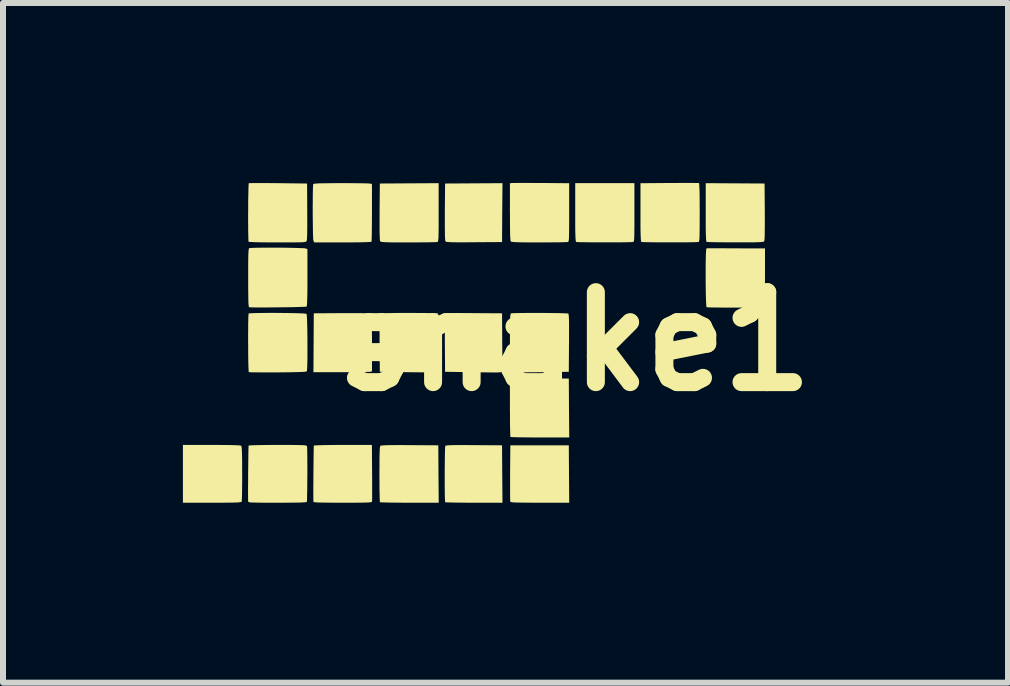
<source format=kicad_pcb>
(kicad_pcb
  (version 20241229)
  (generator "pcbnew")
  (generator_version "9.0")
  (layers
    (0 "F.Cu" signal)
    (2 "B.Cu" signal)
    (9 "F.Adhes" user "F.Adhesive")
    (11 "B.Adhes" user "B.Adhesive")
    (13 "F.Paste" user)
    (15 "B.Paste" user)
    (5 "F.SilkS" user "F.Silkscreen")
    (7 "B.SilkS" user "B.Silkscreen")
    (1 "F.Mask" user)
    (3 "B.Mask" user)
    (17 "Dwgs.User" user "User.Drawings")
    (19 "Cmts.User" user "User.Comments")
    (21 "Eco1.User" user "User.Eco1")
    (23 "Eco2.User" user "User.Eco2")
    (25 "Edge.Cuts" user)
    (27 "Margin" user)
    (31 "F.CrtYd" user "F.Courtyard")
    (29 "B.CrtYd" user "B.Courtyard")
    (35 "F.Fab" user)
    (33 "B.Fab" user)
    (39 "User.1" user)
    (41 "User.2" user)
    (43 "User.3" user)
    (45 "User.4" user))
  (footprint "snake1"
    (layer "F.Cu")
    (at 6.528 2.643)
    (property "Reference" "snake1" (at 0 0 0) (layer "F.SilkS") (effects (font (size 1.5 1.5) (thickness 0.3))))
    (attr board_only exclude_from_pos_files exclude_from_bom)
    (fp_poly (pts (xy -1.204 -2.148) (xy -1.207 -1.657) (xy -1.671 -1.654) (xy -1.795 -1.653) (xy -1.895 -1.653) (xy -1.976 -1.653) (xy -2.038 -1.654) (xy -2.083 -1.656) (xy -2.115 -1.658) (xy -2.136 -1.661) (xy -2.147 -1.666) (xy -2.15 -1.668) (xy -2.154 -1.681) (xy -2.157 -1.711) (xy -2.159 -1.758) (xy -2.16 -1.826) (xy -2.161 -1.913) (xy -2.161 -2.024) (xy -2.161 -2.157) (xy -2.161 -2.159) (xy -2.157 -2.633) (xy -1.679 -2.636) (xy -1.2 -2.639)) (stroke (width 0) (type solid)) (fill yes) (layer "F.SilkS"))
    (fp_poly (pts (xy -0.091 2.21) (xy -0.087 2.689) (xy -0.576 2.689) (xy -0.705 2.689) (xy -0.811 2.688) (xy -0.896 2.687) (xy -0.962 2.686) (xy -1.01 2.684) (xy -1.043 2.681) (xy -1.062 2.677) (xy -1.07 2.673) (xy -1.07 2.673) (xy -1.071 2.657) (xy -1.072 2.62) (xy -1.073 2.563) (xy -1.073 2.489) (xy -1.073 2.402) (xy -1.073 2.305) (xy -1.073 2.199) (xy -1.073 2.195) (xy -1.069 1.732) (xy -0.582 1.732) (xy -0.094 1.732)) (stroke (width 0) (type solid)) (fill yes) (layer "F.SilkS"))
    (fp_poly (pts (xy -0.665 0.615) (xy -0.559 0.616) (xy -0.557 0.616) (xy -0.094 0.619) (xy -0.091 1.11) (xy -0.087 1.601) (xy -0.573 1.601) (xy -0.681 1.601) (xy -0.781 1.6) (xy -0.87 1.599) (xy -0.946 1.598) (xy -1.006 1.596) (xy -1.047 1.595) (xy -1.066 1.593) (xy -1.067 1.592) (xy -1.069 1.578) (xy -1.071 1.542) (xy -1.072 1.487) (xy -1.074 1.414) (xy -1.075 1.328) (xy -1.075 1.23) (xy -1.076 1.124) (xy -1.076 1.105) (xy -1.076 0.626) (xy -1.047 0.619) (xy -1.029 0.617) (xy -0.988 0.616) (xy -0.928 0.615) (xy -0.853 0.615) (xy -0.764 0.615)) (stroke (width 0) (type solid)) (fill yes) (layer "F.SilkS"))
    (fp_poly (pts (xy -1.793 1.728) (xy -1.675 1.729) (xy -1.207 1.732) (xy -1.204 2.21) (xy -1.2 2.689) (xy -1.674 2.689) (xy -1.78 2.689) (xy -1.879 2.688) (xy -1.966 2.687) (xy -2.041 2.686) (xy -2.099 2.684) (xy -2.138 2.683) (xy -2.155 2.681) (xy -2.155 2.68) (xy -2.157 2.666) (xy -2.159 2.63) (xy -2.161 2.576) (xy -2.162 2.507) (xy -2.163 2.426) (xy -2.163 2.338) (xy -2.163 2.245) (xy -2.163 2.151) (xy -2.162 2.058) (xy -2.161 1.972) (xy -2.16 1.894) (xy -2.159 1.829) (xy -2.157 1.78) (xy -2.155 1.749) (xy -2.153 1.741) (xy -2.145 1.737) (xy -2.126 1.734) (xy -2.094 1.731) (xy -2.047 1.729) (xy -1.982 1.728) (xy -1.898 1.728)) (stroke (width 0) (type solid)) (fill yes) (layer "F.SilkS"))
    (fp_poly (pts (xy -2.869 1.728) (xy -2.744 1.729) (xy -2.27 1.732) (xy -2.267 2.21) (xy -2.263 2.689) (xy -2.749 2.689) (xy -2.857 2.689) (xy -2.957 2.688) (xy -3.046 2.687) (xy -3.122 2.686) (xy -3.182 2.684) (xy -3.223 2.683) (xy -3.242 2.681) (xy -3.243 2.68) (xy -3.245 2.666) (xy -3.247 2.63) (xy -3.248 2.575) (xy -3.25 2.503) (xy -3.251 2.417) (xy -3.251 2.32) (xy -3.252 2.216) (xy -3.252 2.213) (xy -3.251 2.09) (xy -3.251 1.989) (xy -3.25 1.909) (xy -3.248 1.848) (xy -3.246 1.802) (xy -3.244 1.771) (xy -3.24 1.751) (xy -3.236 1.741) (xy -3.235 1.74) (xy -3.221 1.736) (xy -3.19 1.733) (xy -3.141 1.73) (xy -3.072 1.729) (xy -2.982 1.728)) (stroke (width 0) (type solid)) (fill yes) (layer "F.SilkS"))
    (fp_poly (pts (xy -5.917 1.726) (xy -5.809 1.727) (xy -5.722 1.728) (xy -5.655 1.73) (xy -5.607 1.732) (xy -5.575 1.735) (xy -5.558 1.739) (xy -5.555 1.741) (xy -5.551 1.752) (xy -5.548 1.778) (xy -5.545 1.821) (xy -5.543 1.881) (xy -5.541 1.961) (xy -5.541 2.062) (xy -5.54 2.187) (xy -5.54 2.203) (xy -5.54 2.306) (xy -5.541 2.403) (xy -5.542 2.489) (xy -5.543 2.562) (xy -5.545 2.618) (xy -5.546 2.655) (xy -5.548 2.669) (xy -5.552 2.674) (xy -5.562 2.678) (xy -5.579 2.681) (xy -5.607 2.684) (xy -5.646 2.686) (xy -5.701 2.687) (xy -5.773 2.688) (xy -5.864 2.689) (xy -5.976 2.689) (xy -6.042 2.689) (xy -6.528 2.689) (xy -6.528 2.207) (xy -6.528 1.726) (xy -6.049 1.726)) (stroke (width 0) (type solid)) (fill yes) (layer "F.SilkS"))
    (fp_poly (pts (xy -3.672 -0.472) (xy -3.584 -0.472) (xy -3.509 -0.471) (xy -3.45 -0.469) (xy -3.41 -0.467) (xy -3.393 -0.465) (xy -3.392 -0.465) (xy -3.388 -0.457) (xy -3.385 -0.436) (xy -3.382 -0.402) (xy -3.38 -0.351) (xy -3.378 -0.283) (xy -3.377 -0.195) (xy -3.376 -0.085) (xy -3.376 0.013) (xy -3.376 0.119) (xy -3.376 0.218) (xy -3.376 0.306) (xy -3.376 0.381) (xy -3.376 0.44) (xy -3.376 0.479) (xy -3.376 0.497) (xy -3.376 0.497) (xy -3.381 0.501) (xy -3.398 0.505) (xy -3.428 0.507) (xy -3.474 0.509) (xy -3.537 0.511) (xy -3.618 0.512) (xy -3.721 0.513) (xy -3.847 0.513) (xy -3.865 0.513) (xy -4.352 0.513) (xy -4.349 0.022) (xy -4.346 -0.469) (xy -3.877 -0.472) (xy -3.771 -0.472)) (stroke (width 0) (type solid)) (fill yes) (layer "F.SilkS"))
    (fp_poly (pts (xy 2.679 -2.636) (xy 3.17 -2.633) (xy 3.174 -2.159) (xy 3.174 -2.024) (xy 3.174 -1.913) (xy 3.173 -1.825) (xy 3.172 -1.757) (xy 3.17 -1.709) (xy 3.166 -1.68) (xy 3.163 -1.668) (xy 3.155 -1.663) (xy 3.138 -1.66) (xy 3.11 -1.657) (xy 3.069 -1.655) (xy 3.013 -1.653) (xy 2.939 -1.652) (xy 2.845 -1.652) (xy 2.729 -1.652) (xy 2.684 -1.652) (xy 2.578 -1.652) (xy 2.48 -1.653) (xy 2.393 -1.654) (xy 2.318 -1.655) (xy 2.26 -1.656) (xy 2.221 -1.658) (xy 2.204 -1.659) (xy 2.204 -1.659) (xy 2.2 -1.666) (xy 2.197 -1.685) (xy 2.194 -1.718) (xy 2.192 -1.766) (xy 2.19 -1.831) (xy 2.189 -1.916) (xy 2.189 -2.022) (xy 2.189 -2.151) (xy 2.189 -2.152) (xy 2.189 -2.639)) (stroke (width 0) (type solid)) (fill yes) (layer "F.SilkS"))
    (fp_poly (pts (xy -2.264 -2.153) (xy -2.264 -2.028) (xy -2.264 -1.927) (xy -2.265 -1.846) (xy -2.266 -1.783) (xy -2.267 -1.736) (xy -2.27 -1.702) (xy -2.272 -1.68) (xy -2.276 -1.667) (xy -2.281 -1.66) (xy -2.283 -1.658) (xy -2.3 -1.657) (xy -2.339 -1.655) (xy -2.397 -1.654) (xy -2.471 -1.652) (xy -2.558 -1.652) (xy -2.656 -1.651) (xy -2.762 -1.651) (xy -2.763 -1.651) (xy -2.887 -1.651) (xy -2.988 -1.651) (xy -3.068 -1.652) (xy -3.129 -1.654) (xy -3.175 -1.656) (xy -3.206 -1.659) (xy -3.226 -1.662) (xy -3.236 -1.667) (xy -3.238 -1.668) (xy -3.242 -1.681) (xy -3.245 -1.712) (xy -3.247 -1.761) (xy -3.249 -1.83) (xy -3.249 -1.92) (xy -3.249 -2.033) (xy -3.249 -2.159) (xy -3.245 -2.633) (xy -2.754 -2.636) (xy -2.264 -2.639)) (stroke (width 0) (type solid)) (fill yes) (layer "F.SilkS"))
    (fp_poly (pts (xy 1 -2.152) (xy 1 -2.028) (xy 1 -1.927) (xy 0.999 -1.846) (xy 0.998 -1.783) (xy 0.997 -1.736) (xy 0.995 -1.702) (xy 0.992 -1.68) (xy 0.988 -1.667) (xy 0.983 -1.66) (xy 0.981 -1.658) (xy 0.964 -1.657) (xy 0.926 -1.655) (xy 0.869 -1.654) (xy 0.798 -1.653) (xy 0.716 -1.652) (xy 0.625 -1.652) (xy 0.531 -1.652) (xy 0.435 -1.652) (xy 0.342 -1.652) (xy 0.255 -1.653) (xy 0.177 -1.654) (xy 0.112 -1.655) (xy 0.064 -1.656) (xy 0.035 -1.658) (xy 0.028 -1.659) (xy 0.024 -1.666) (xy 0.021 -1.685) (xy 0.018 -1.718) (xy 0.016 -1.766) (xy 0.014 -1.831) (xy 0.013 -1.916) (xy 0.013 -2.022) (xy 0.013 -2.151) (xy 0.013 -2.152) (xy 0.013 -2.639) (xy 0.506 -2.639) (xy 1 -2.639)) (stroke (width 0) (type solid)) (fill yes) (layer "F.SilkS"))
    (fp_poly (pts (xy -1.73 -0.473) (xy -1.671 -0.472) (xy -1.207 -0.469) (xy -1.204 0.022) (xy -1.203 0.146) (xy -1.202 0.246) (xy -1.202 0.327) (xy -1.203 0.389) (xy -1.204 0.436) (xy -1.205 0.469) (xy -1.208 0.491) (xy -1.211 0.504) (xy -1.215 0.51) (xy -1.221 0.513) (xy -1.224 0.513) (xy -1.254 0.514) (xy -1.265 0.516) (xy -1.281 0.517) (xy -1.319 0.517) (xy -1.376 0.517) (xy -1.45 0.516) (xy -1.536 0.515) (xy -1.632 0.514) (xy -1.72 0.513) (xy -2.157 0.506) (xy -2.161 0.033) (xy -2.161 -0.101) (xy -2.161 -0.212) (xy -2.16 -0.3) (xy -2.159 -0.367) (xy -2.157 -0.415) (xy -2.154 -0.445) (xy -2.15 -0.458) (xy -2.15 -0.458) (xy -2.142 -0.463) (xy -2.126 -0.466) (xy -2.099 -0.469) (xy -2.06 -0.471) (xy -2.006 -0.473) (xy -1.934 -0.473) (xy -1.843 -0.473)) (stroke (width 0) (type solid)) (fill yes) (layer "F.SilkS"))
    (fp_poly (pts (xy -0.764 -2.643) (xy -0.665 -2.642) (xy -0.558 -2.642) (xy -0.553 -2.642) (xy -0.088 -2.638) (xy -0.088 -2.152) (xy -0.088 -2.028) (xy -0.088 -1.927) (xy -0.089 -1.845) (xy -0.09 -1.783) (xy -0.091 -1.736) (xy -0.093 -1.702) (xy -0.096 -1.68) (xy -0.1 -1.667) (xy -0.105 -1.66) (xy -0.107 -1.658) (xy -0.124 -1.657) (xy -0.163 -1.655) (xy -0.221 -1.654) (xy -0.295 -1.652) (xy -0.382 -1.652) (xy -0.48 -1.651) (xy -0.586 -1.651) (xy -0.586 -1.651) (xy -0.715 -1.651) (xy -0.821 -1.652) (xy -0.905 -1.653) (xy -0.969 -1.655) (xy -1.015 -1.657) (xy -1.045 -1.661) (xy -1.059 -1.665) (xy -1.061 -1.666) (xy -1.065 -1.677) (xy -1.068 -1.702) (xy -1.071 -1.744) (xy -1.073 -1.803) (xy -1.074 -1.881) (xy -1.075 -1.981) (xy -1.075 -2.103) (xy -1.076 -2.159) (xy -1.076 -2.637) (xy -1.047 -2.641) (xy -1.029 -2.642) (xy -0.988 -2.642) (xy -0.928 -2.643) (xy -0.853 -2.643)) (stroke (width 0) (type solid)) (fill yes) (layer "F.SilkS"))
    (fp_poly (pts (xy -0.603 -0.475) (xy -0.508 -0.475) (xy -0.415 -0.474) (xy -0.328 -0.473) (xy -0.251 -0.472) (xy -0.186 -0.47) (xy -0.138 -0.468) (xy -0.109 -0.466) (xy -0.103 -0.465) (xy -0.099 -0.457) (xy -0.096 -0.438) (xy -0.093 -0.406) (xy -0.091 -0.359) (xy -0.09 -0.295) (xy -0.09 -0.211) (xy -0.09 -0.107) (xy -0.09 0.02) (xy -0.091 0.026) (xy -0.094 0.506) (xy -0.573 0.513) (xy -0.699 0.514) (xy -0.809 0.515) (xy -0.902 0.514) (xy -0.975 0.513) (xy -1.027 0.512) (xy -1.057 0.509) (xy -1.064 0.507) (xy -1.067 0.492) (xy -1.069 0.454) (xy -1.072 0.394) (xy -1.073 0.316) (xy -1.075 0.221) (xy -1.075 0.111) (xy -1.076 0.018) (xy -1.075 -0.105) (xy -1.075 -0.206) (xy -1.074 -0.286) (xy -1.073 -0.347) (xy -1.072 -0.393) (xy -1.069 -0.426) (xy -1.066 -0.448) (xy -1.063 -0.46) (xy -1.058 -0.466) (xy -1.056 -0.468) (xy -1.038 -0.47) (xy -0.999 -0.472) (xy -0.942 -0.473) (xy -0.87 -0.474) (xy -0.788 -0.475) (xy -0.697 -0.475)) (stroke (width 0) (type solid)) (fill yes) (layer "F.SilkS"))
    (fp_poly (pts (xy -3.374 2.186) (xy -3.373 2.292) (xy -3.373 2.39) (xy -3.373 2.478) (xy -3.373 2.553) (xy -3.373 2.611) (xy -3.374 2.651) (xy -3.374 2.668) (xy -3.374 2.668) (xy -3.377 2.673) (xy -3.385 2.678) (xy -3.399 2.681) (xy -3.423 2.684) (xy -3.458 2.686) (xy -3.508 2.687) (xy -3.573 2.688) (xy -3.657 2.689) (xy -3.762 2.689) (xy -3.865 2.689) (xy -3.994 2.689) (xy -4.099 2.688) (xy -4.183 2.687) (xy -4.248 2.686) (xy -4.296 2.684) (xy -4.328 2.681) (xy -4.346 2.678) (xy -4.353 2.674) (xy -4.353 2.673) (xy -4.353 2.639) (xy -4.354 2.586) (xy -4.354 2.518) (xy -4.354 2.439) (xy -4.353 2.351) (xy -4.353 2.258) (xy -4.352 2.163) (xy -4.351 2.07) (xy -4.35 1.982) (xy -4.349 1.903) (xy -4.348 1.835) (xy -4.347 1.782) (xy -4.346 1.748) (xy -4.345 1.736) (xy -4.331 1.734) (xy -4.295 1.732) (xy -4.24 1.73) (xy -4.168 1.728) (xy -4.082 1.727) (xy -3.985 1.726) (xy -3.879 1.726) (xy -3.858 1.726) (xy -3.377 1.726)) (stroke (width 0) (type solid)) (fill yes) (layer "F.SilkS"))
    (fp_poly (pts (xy 1.955 -2.643) (xy 2.015 -2.642) (xy 2.056 -2.642) (xy 2.075 -2.641) (xy 2.076 -2.641) (xy 2.08 -2.627) (xy 2.082 -2.589) (xy 2.085 -2.528) (xy 2.087 -2.445) (xy 2.088 -2.34) (xy 2.088 -2.213) (xy 2.089 -2.151) (xy 2.088 -2.027) (xy 2.088 -1.926) (xy 2.087 -1.845) (xy 2.086 -1.782) (xy 2.085 -1.735) (xy 2.083 -1.702) (xy 2.08 -1.68) (xy 2.076 -1.666) (xy 2.071 -1.66) (xy 2.069 -1.658) (xy 2.052 -1.657) (xy 2.014 -1.655) (xy 1.957 -1.654) (xy 1.886 -1.653) (xy 1.804 -1.652) (xy 1.713 -1.652) (xy 1.619 -1.652) (xy 1.523 -1.652) (xy 1.43 -1.652) (xy 1.343 -1.653) (xy 1.265 -1.654) (xy 1.201 -1.655) (xy 1.152 -1.656) (xy 1.123 -1.658) (xy 1.116 -1.659) (xy 1.112 -1.666) (xy 1.109 -1.685) (xy 1.106 -1.718) (xy 1.104 -1.766) (xy 1.102 -1.831) (xy 1.101 -1.916) (xy 1.101 -2.022) (xy 1.101 -2.151) (xy 1.101 -2.152) (xy 1.101 -2.638) (xy 1.582 -2.642) (xy 1.69 -2.642) (xy 1.79 -2.643) (xy 1.879 -2.643)) (stroke (width 0) (type solid)) (fill yes) (layer "F.SilkS"))
    (fp_poly (pts (xy -5.161 -2.641) (xy -5.063 -2.64) (xy -4.957 -2.639) (xy -4.938 -2.639) (xy -4.458 -2.633) (xy -4.455 -2.166) (xy -4.455 -2.025) (xy -4.455 -1.907) (xy -4.456 -1.813) (xy -4.458 -1.742) (xy -4.461 -1.697) (xy -4.465 -1.676) (xy -4.465 -1.675) (xy -4.469 -1.669) (xy -4.476 -1.664) (xy -4.488 -1.66) (xy -4.507 -1.657) (xy -4.537 -1.654) (xy -4.578 -1.653) (xy -4.634 -1.652) (xy -4.707 -1.651) (xy -4.8 -1.651) (xy -4.915 -1.651) (xy -4.952 -1.651) (xy -5.059 -1.651) (xy -5.157 -1.652) (xy -5.245 -1.653) (xy -5.319 -1.655) (xy -5.377 -1.657) (xy -5.416 -1.659) (xy -5.432 -1.661) (xy -5.433 -1.662) (xy -5.435 -1.677) (xy -5.437 -1.715) (xy -5.438 -1.77) (xy -5.44 -1.84) (xy -5.44 -1.921) (xy -5.441 -2.011) (xy -5.441 -2.105) (xy -5.44 -2.201) (xy -5.44 -2.295) (xy -5.439 -2.384) (xy -5.437 -2.465) (xy -5.436 -2.534) (xy -5.434 -2.588) (xy -5.432 -2.624) (xy -5.43 -2.638) (xy -5.429 -2.638) (xy -5.415 -2.639) (xy -5.378 -2.64) (xy -5.321 -2.641) (xy -5.248 -2.641)) (stroke (width 0) (type solid)) (fill yes) (layer "F.SilkS"))
    (fp_poly (pts (xy 2.264 -1.553) (xy 2.306 -1.553) (xy 2.366 -1.553) (xy 2.442 -1.553) (xy 2.531 -1.553) (xy 2.63 -1.552) (xy 2.726 -1.552) (xy 3.177 -1.551) (xy 3.177 -1.064) (xy 3.176 -0.94) (xy 3.176 -0.839) (xy 3.175 -0.758) (xy 3.174 -0.695) (xy 3.173 -0.648) (xy 3.171 -0.614) (xy 3.168 -0.592) (xy 3.164 -0.579) (xy 3.159 -0.572) (xy 3.157 -0.57) (xy 3.14 -0.569) (xy 3.102 -0.567) (xy 3.045 -0.566) (xy 2.974 -0.565) (xy 2.892 -0.564) (xy 2.802 -0.564) (xy 2.707 -0.564) (xy 2.611 -0.564) (xy 2.518 -0.564) (xy 2.431 -0.565) (xy 2.354 -0.566) (xy 2.289 -0.567) (xy 2.24 -0.568) (xy 2.211 -0.57) (xy 2.204 -0.571) (xy 2.2 -0.585) (xy 2.197 -0.62) (xy 2.194 -0.673) (xy 2.192 -0.741) (xy 2.19 -0.821) (xy 2.189 -0.91) (xy 2.188 -1.004) (xy 2.188 -1.1) (xy 2.188 -1.194) (xy 2.188 -1.284) (xy 2.19 -1.367) (xy 2.191 -1.438) (xy 2.194 -1.494) (xy 2.197 -1.533) (xy 2.2 -1.551) (xy 2.201 -1.552) (xy 2.223 -1.553) (xy 2.245 -1.553)) (stroke (width 0) (type solid)) (fill yes) (layer "F.SilkS"))
    (fp_poly (pts (xy -3.735 -2.639) (xy -3.629 -2.638) (xy -3.545 -2.637) (xy -3.48 -2.636) (xy -3.433 -2.634) (xy -3.401 -2.631) (xy -3.383 -2.628) (xy -3.377 -2.624) (xy -3.377 -2.623) (xy -3.376 -2.544) (xy -3.376 -2.455) (xy -3.376 -2.358) (xy -3.376 -2.256) (xy -3.376 -2.154) (xy -3.377 -2.053) (xy -3.377 -1.958) (xy -3.378 -1.871) (xy -3.379 -1.795) (xy -3.38 -1.733) (xy -3.382 -1.689) (xy -3.383 -1.666) (xy -3.383 -1.663) (xy -3.397 -1.66) (xy -3.435 -1.657) (xy -3.493 -1.655) (xy -3.571 -1.653) (xy -3.665 -1.652) (xy -3.775 -1.651) (xy -3.865 -1.651) (xy -4.34 -1.651) (xy -4.353 -1.685) (xy -4.356 -1.704) (xy -4.358 -1.744) (xy -4.36 -1.803) (xy -4.361 -1.875) (xy -4.362 -1.959) (xy -4.363 -2.05) (xy -4.364 -2.145) (xy -4.364 -2.241) (xy -4.363 -2.333) (xy -4.363 -2.418) (xy -4.362 -2.493) (xy -4.36 -2.554) (xy -4.358 -2.598) (xy -4.356 -2.621) (xy -4.355 -2.623) (xy -4.348 -2.627) (xy -4.33 -2.631) (xy -4.297 -2.633) (xy -4.249 -2.636) (xy -4.184 -2.637) (xy -4.1 -2.638) (xy -3.994 -2.639) (xy -3.865 -2.639) (xy -3.863 -2.639)) (stroke (width 0) (type solid)) (fill yes) (layer "F.SilkS"))
    (fp_poly (pts (xy -2.658 -0.475) (xy -2.56 -0.474) (xy -2.472 -0.474) (xy -2.398 -0.472) (xy -2.34 -0.471) (xy -2.3 -0.469) (xy -2.283 -0.468) (xy -2.283 -0.468) (xy -2.278 -0.464) (xy -2.274 -0.454) (xy -2.271 -0.436) (xy -2.268 -0.409) (xy -2.266 -0.369) (xy -2.265 -0.314) (xy -2.264 -0.243) (xy -2.264 -0.152) (xy -2.264 -0.039) (xy -2.264 0.025) (xy -2.264 0.148) (xy -2.264 0.249) (xy -2.264 0.329) (xy -2.265 0.391) (xy -2.267 0.437) (xy -2.269 0.47) (xy -2.272 0.492) (xy -2.275 0.505) (xy -2.28 0.512) (xy -2.285 0.514) (xy -2.286 0.514) (xy -2.303 0.515) (xy -2.342 0.516) (xy -2.4 0.516) (xy -2.475 0.516) (xy -2.563 0.515) (xy -2.662 0.514) (xy -2.768 0.513) (xy -2.776 0.513) (xy -3.245 0.506) (xy -3.249 0.033) (xy -3.249 -0.102) (xy -3.249 -0.213) (xy -3.248 -0.301) (xy -3.247 -0.369) (xy -3.245 -0.417) (xy -3.241 -0.446) (xy -3.238 -0.458) (xy -3.23 -0.463) (xy -3.213 -0.466) (xy -3.185 -0.469) (xy -3.143 -0.472) (xy -3.086 -0.473) (xy -3.011 -0.474) (xy -2.916 -0.475) (xy -2.799 -0.475) (xy -2.763 -0.475)) (stroke (width 0) (type solid)) (fill yes) (layer "F.SilkS"))
    (fp_poly (pts (xy -4.96 -1.563) (xy -4.865 -1.563) (xy -4.773 -1.562) (xy -4.688 -1.56) (xy -4.613 -1.558) (xy -4.552 -1.556) (xy -4.508 -1.554) (xy -4.486 -1.551) (xy -4.484 -1.551) (xy -4.452 -1.539) (xy -4.452 -1.064) (xy -4.452 -0.928) (xy -4.453 -0.816) (xy -4.455 -0.727) (xy -4.457 -0.66) (xy -4.46 -0.614) (xy -4.463 -0.588) (xy -4.466 -0.581) (xy -4.481 -0.579) (xy -4.518 -0.577) (xy -4.573 -0.575) (xy -4.643 -0.573) (xy -4.725 -0.571) (xy -4.814 -0.57) (xy -4.908 -0.569) (xy -5.004 -0.568) (xy -5.097 -0.567) (xy -5.185 -0.567) (xy -5.264 -0.567) (xy -5.331 -0.567) (xy -5.383 -0.568) (xy -5.415 -0.57) (xy -5.425 -0.571) (xy -5.429 -0.578) (xy -5.432 -0.597) (xy -5.435 -0.63) (xy -5.437 -0.678) (xy -5.438 -0.743) (xy -5.439 -0.828) (xy -5.44 -0.934) (xy -5.44 -1.063) (xy -5.44 -1.187) (xy -5.44 -1.288) (xy -5.439 -1.369) (xy -5.438 -1.432) (xy -5.436 -1.479) (xy -5.434 -1.512) (xy -5.431 -1.534) (xy -5.428 -1.548) (xy -5.423 -1.554) (xy -5.42 -1.556) (xy -5.401 -1.558) (xy -5.361 -1.56) (xy -5.302 -1.562) (xy -5.23 -1.563) (xy -5.146 -1.563) (xy -5.055 -1.563)) (stroke (width 0) (type solid)) (fill yes) (layer "F.SilkS"))
    (fp_poly (pts (xy -4.9 -0.475) (xy -4.806 -0.474) (xy -4.718 -0.473) (xy -4.637 -0.471) (xy -4.569 -0.469) (xy -4.515 -0.466) (xy -4.48 -0.463) (xy -4.467 -0.46) (xy -4.464 -0.445) (xy -4.461 -0.408) (xy -4.458 -0.352) (xy -4.456 -0.282) (xy -4.454 -0.201) (xy -4.453 -0.111) (xy -4.452 -0.017) (xy -4.452 0.079) (xy -4.452 0.172) (xy -4.452 0.26) (xy -4.453 0.339) (xy -4.455 0.405) (xy -4.457 0.456) (xy -4.46 0.488) (xy -4.462 0.497) (xy -4.471 0.501) (xy -4.494 0.505) (xy -4.532 0.508) (xy -4.586 0.51) (xy -4.66 0.512) (xy -4.754 0.514) (xy -4.87 0.515) (xy -4.945 0.516) (xy -5.051 0.516) (xy -5.15 0.516) (xy -5.238 0.516) (xy -5.313 0.515) (xy -5.372 0.515) (xy -5.411 0.513) (xy -5.429 0.512) (xy -5.43 0.511) (xy -5.432 0.498) (xy -5.434 0.463) (xy -5.436 0.409) (xy -5.438 0.34) (xy -5.439 0.26) (xy -5.44 0.171) (xy -5.44 0.077) (xy -5.441 -0.019) (xy -5.441 -0.113) (xy -5.44 -0.203) (xy -5.44 -0.285) (xy -5.438 -0.355) (xy -5.437 -0.411) (xy -5.435 -0.448) (xy -5.433 -0.464) (xy -5.433 -0.465) (xy -5.419 -0.468) (xy -5.383 -0.471) (xy -5.329 -0.473) (xy -5.26 -0.474) (xy -5.179 -0.475) (xy -5.09 -0.476) (xy -4.996 -0.476)) (stroke (width 0) (type solid)) (fill yes) (layer "F.SilkS"))
    (fp_poly (pts (xy -4.824 1.726) (xy -4.724 1.726) (xy -4.645 1.727) (xy -4.583 1.728) (xy -4.537 1.729) (xy -4.505 1.731) (xy -4.483 1.734) (xy -4.469 1.738) (xy -4.462 1.743) (xy -4.459 1.748) (xy -4.457 1.765) (xy -4.456 1.803) (xy -4.455 1.859) (xy -4.454 1.93) (xy -4.454 2.012) (xy -4.453 2.102) (xy -4.453 2.195) (xy -4.454 2.289) (xy -4.455 2.381) (xy -4.455 2.465) (xy -4.457 2.54) (xy -4.458 2.602) (xy -4.459 2.646) (xy -4.461 2.67) (xy -4.462 2.673) (xy -4.469 2.677) (xy -4.487 2.681) (xy -4.519 2.683) (xy -4.567 2.686) (xy -4.632 2.687) (xy -4.717 2.688) (xy -4.822 2.689) (xy -4.951 2.689) (xy -4.954 2.689) (xy -5.077 2.689) (xy -5.178 2.689) (xy -5.258 2.688) (xy -5.32 2.687) (xy -5.366 2.686) (xy -5.399 2.684) (xy -5.42 2.681) (xy -5.433 2.677) (xy -5.439 2.673) (xy -5.441 2.667) (xy -5.441 2.667) (xy -5.441 2.631) (xy -5.442 2.576) (xy -5.442 2.507) (xy -5.442 2.426) (xy -5.441 2.338) (xy -5.441 2.245) (xy -5.44 2.15) (xy -5.439 2.058) (xy -5.438 1.971) (xy -5.437 1.893) (xy -5.436 1.827) (xy -5.435 1.777) (xy -5.433 1.745) (xy -5.433 1.736) (xy -5.419 1.734) (xy -5.383 1.732) (xy -5.328 1.73) (xy -5.256 1.728) (xy -5.17 1.727) (xy -5.073 1.726) (xy -4.967 1.726) (xy -4.947 1.726)) (stroke (width 0) (type solid)) (fill yes) (layer "F.SilkS")))
  (gr_rect
    (start -3 -3)
    (end 13.757 8.332)
    (stroke (width 0.1) (type default))
    (fill no)
    (layer "Edge.Cuts")))
</source>
